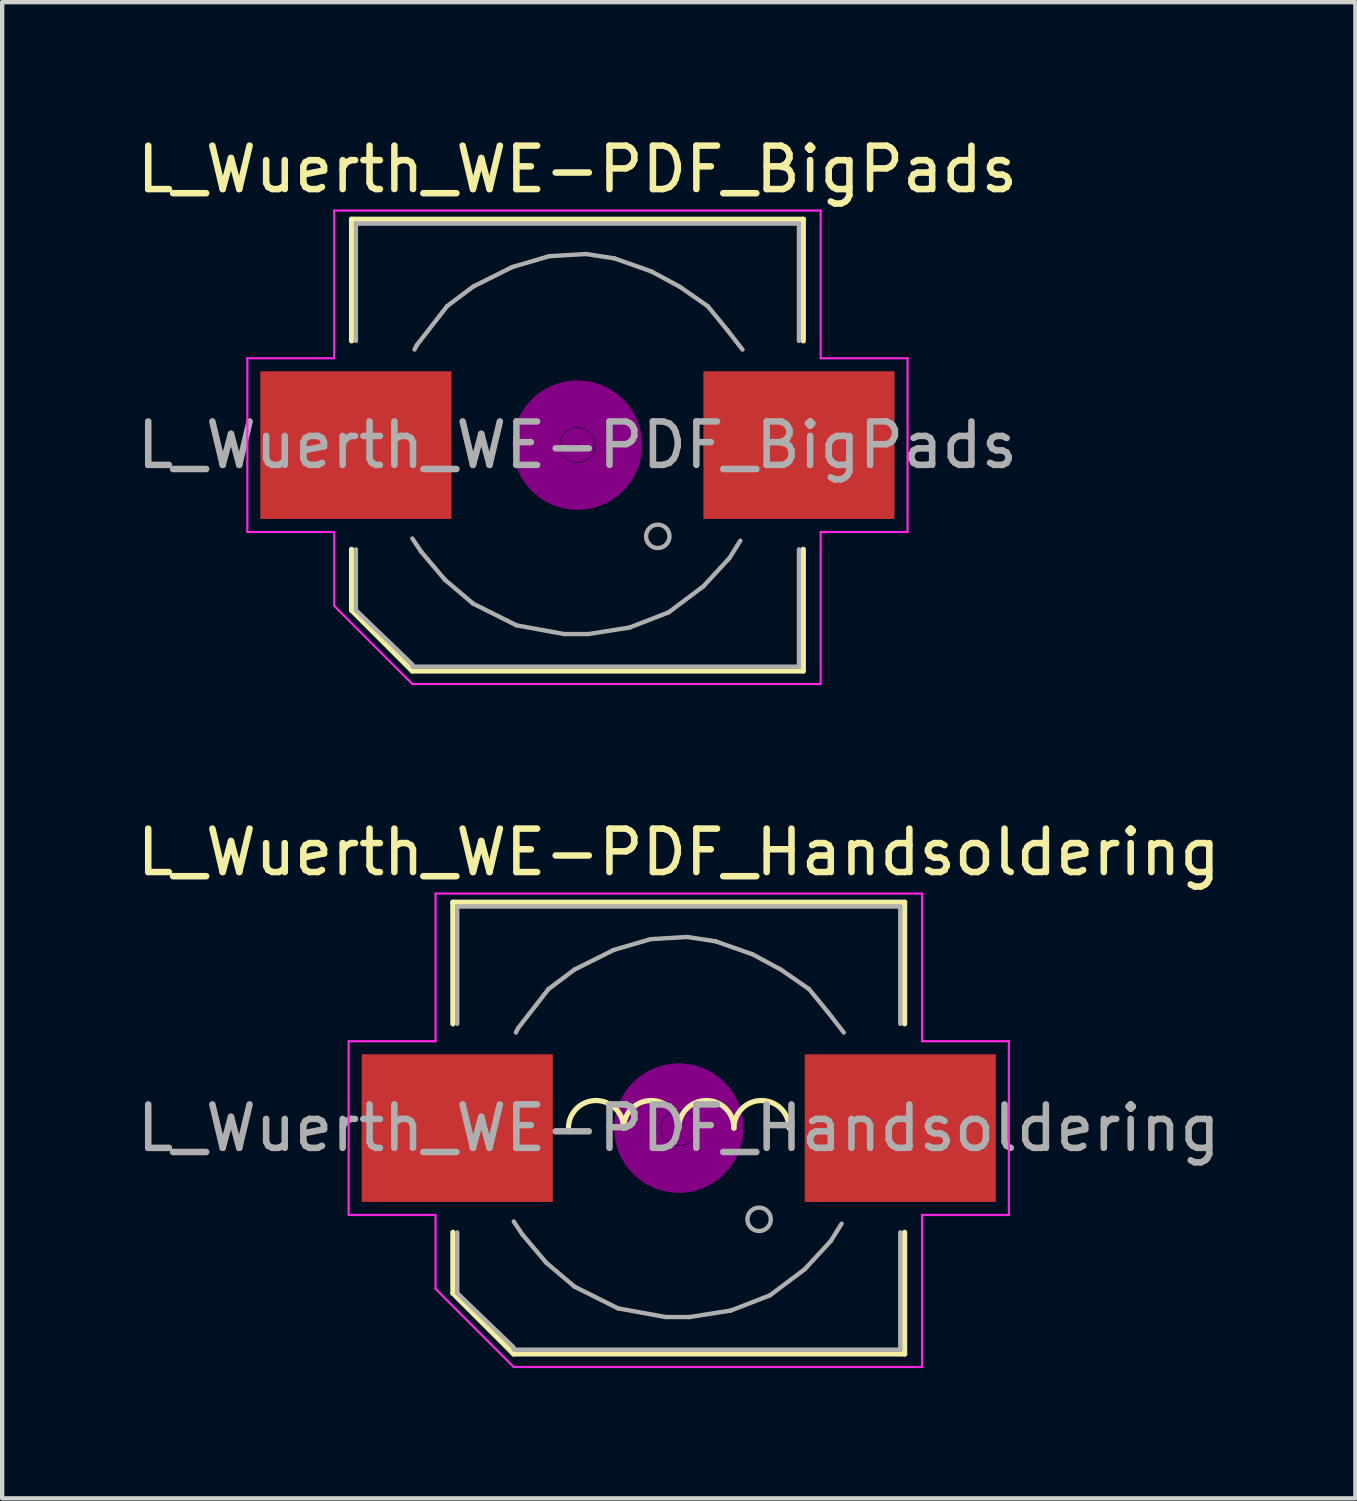
<source format=kicad_pcb>
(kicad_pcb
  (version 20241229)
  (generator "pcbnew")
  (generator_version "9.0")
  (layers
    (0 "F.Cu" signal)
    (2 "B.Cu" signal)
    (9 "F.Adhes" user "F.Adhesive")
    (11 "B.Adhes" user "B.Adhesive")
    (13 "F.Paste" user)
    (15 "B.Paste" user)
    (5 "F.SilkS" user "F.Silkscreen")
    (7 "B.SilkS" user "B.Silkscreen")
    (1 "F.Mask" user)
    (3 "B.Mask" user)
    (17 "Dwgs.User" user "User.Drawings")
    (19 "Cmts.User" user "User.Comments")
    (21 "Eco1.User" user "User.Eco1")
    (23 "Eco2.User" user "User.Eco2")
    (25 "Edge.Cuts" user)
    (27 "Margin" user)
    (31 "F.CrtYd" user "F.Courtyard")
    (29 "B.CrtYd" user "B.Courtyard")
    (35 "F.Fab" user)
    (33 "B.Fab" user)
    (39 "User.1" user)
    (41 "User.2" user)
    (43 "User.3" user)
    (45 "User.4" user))
  (footprint "L_Wuerth_WE-PDF_BigPads"
    (layer "F.Cu")
    (at 10.244 7.198)
    (property "Reference" "L_Wuerth_WE-PDF_BigPads" (at 0 -6.35 0) (layer "F.SilkS") (effects (font (size 1 1) (thickness 0.15))))
    (attr smd)
    (fp_line (start -5.2 -5.2) (end 5.2 -5.2) (stroke (width 0.12) (type solid)) (layer "F.SilkS"))
    (fp_line (start -5.2 -2.4) (end -5.2 -5.2) (stroke (width 0.12) (type solid)) (layer "F.SilkS"))
    (fp_line (start -5.2 3.8) (end -5.2 2.4) (stroke (width 0.12) (type solid)) (layer "F.SilkS"))
    (fp_line (start -3.8 5.2) (end -5.2 3.8) (stroke (width 0.12) (type solid)) (layer "F.SilkS"))
    (fp_line (start 5.2 -5.2) (end 5.2 -2.4) (stroke (width 0.12) (type solid)) (layer "F.SilkS"))
    (fp_line (start 5.2 2.4) (end 5.2 5.2) (stroke (width 0.12) (type solid)) (layer "F.SilkS"))
    (fp_line (start 5.2 5.2) (end -3.8 5.2) (stroke (width 0.12) (type solid)) (layer "F.SilkS"))
    (fp_circle (center 0 0) (end 0.15 0.15) (stroke (width 0.38) (type solid)) (fill no) (layer "F.Adhes"))
    (fp_circle (center 0 0) (end 0.6 0.05) (stroke (width 0.38) (type solid)) (fill no) (layer "F.Adhes"))
    (fp_circle (center 0 0) (end 0.95 0) (stroke (width 0.38) (type solid)) (fill no) (layer "F.Adhes"))
    (fp_circle (center 0 0) (end 1.3 0.05) (stroke (width 0.38) (type solid)) (fill no) (layer "F.Adhes"))
    (fp_line (start -7.6 -2) (end -5.6 -2) (stroke (width 0.05) (type solid)) (layer "F.CrtYd"))
    (fp_line (start -7.6 2) (end -7.6 -2) (stroke (width 0.05) (type solid)) (layer "F.CrtYd"))
    (fp_line (start -5.6 -5.4) (end 5.6 -5.4) (stroke (width 0.05) (type solid)) (layer "F.CrtYd"))
    (fp_line (start -5.6 -2) (end -5.6 -5.4) (stroke (width 0.05) (type solid)) (layer "F.CrtYd"))
    (fp_line (start -5.6 2) (end -7.6 2) (stroke (width 0.05) (type solid)) (layer "F.CrtYd"))
    (fp_line (start -5.6 3.7) (end -5.6 2) (stroke (width 0.05) (type solid)) (layer "F.CrtYd"))
    (fp_line (start -3.8 5.5) (end -5.6 3.7) (stroke (width 0.05) (type solid)) (layer "F.CrtYd"))
    (fp_line (start 5.6 -5.4) (end 5.6 -2) (stroke (width 0.05) (type solid)) (layer "F.CrtYd"))
    (fp_line (start 5.6 -2) (end 7.6 -2) (stroke (width 0.05) (type solid)) (layer "F.CrtYd"))
    (fp_line (start 5.6 2) (end 5.6 5.5) (stroke (width 0.05) (type solid)) (layer "F.CrtYd"))
    (fp_line (start 5.6 5.5) (end -3.8 5.5) (stroke (width 0.05) (type solid)) (layer "F.CrtYd"))
    (fp_line (start 7.6 -2) (end 7.6 2) (stroke (width 0.05) (type solid)) (layer "F.CrtYd"))
    (fp_line (start 7.6 2) (end 5.6 2) (stroke (width 0.05) (type solid)) (layer "F.CrtYd"))
    (fp_line (start -5.1 -5.1) (end -5.1 -2.4) (stroke (width 0.1) (type solid)) (layer "F.Fab"))
    (fp_line (start -5.1 2.4) (end -5.1 3.8) (stroke (width 0.1) (type solid)) (layer "F.Fab"))
    (fp_line (start -5.1 3.8) (end -3.8 5.05) (stroke (width 0.1) (type solid)) (layer "F.Fab"))
    (fp_line (start -3.8 2.15) (end -3.6 2.45) (stroke (width 0.1) (type solid)) (layer "F.Fab"))
    (fp_line (start -3.7 -2.3) (end -3.75 -2.2) (stroke (width 0.1) (type solid)) (layer "F.Fab"))
    (fp_line (start -3.6 2.45) (end -3.05 3.1) (stroke (width 0.1) (type solid)) (layer "F.Fab"))
    (fp_line (start -3.05 3.1) (end -2.4 3.65) (stroke (width 0.1) (type solid)) (layer "F.Fab"))
    (fp_line (start -3 -3.2) (end -3.7 -2.3) (stroke (width 0.1) (type solid)) (layer "F.Fab"))
    (fp_line (start -2.4 -3.65) (end -3 -3.2) (stroke (width 0.1) (type solid)) (layer "F.Fab"))
    (fp_line (start -2.4 3.65) (end -1.4 4.15) (stroke (width 0.1) (type solid)) (layer "F.Fab"))
    (fp_line (start -1.5 -4.1) (end -2.4 -3.65) (stroke (width 0.1) (type solid)) (layer "F.Fab"))
    (fp_line (start -1.4 4.15) (end -0.3 4.35) (stroke (width 0.1) (type solid)) (layer "F.Fab"))
    (fp_line (start -0.65 -4.35) (end -1.5 -4.1) (stroke (width 0.1) (type solid)) (layer "F.Fab"))
    (fp_line (start -0.3 4.35) (end 0.25 4.35) (stroke (width 0.1) (type solid)) (layer "F.Fab"))
    (fp_line (start 0.2 -4.4) (end -0.65 -4.35) (stroke (width 0.1) (type solid)) (layer "F.Fab"))
    (fp_line (start 0.25 4.35) (end 1.2 4.2) (stroke (width 0.1) (type solid)) (layer "F.Fab"))
    (fp_line (start 0.85 -4.3) (end 0.2 -4.4) (stroke (width 0.1) (type solid)) (layer "F.Fab"))
    (fp_line (start 1.2 4.2) (end 2.1 3.85) (stroke (width 0.1) (type solid)) (layer "F.Fab"))
    (fp_line (start 1.7 -4) (end 0.85 -4.3) (stroke (width 0.1) (type solid)) (layer "F.Fab"))
    (fp_line (start 2.1 3.85) (end 2.9 3.25) (stroke (width 0.1) (type solid)) (layer "F.Fab"))
    (fp_line (start 2.35 -3.65) (end 1.7 -4) (stroke (width 0.1) (type solid)) (layer "F.Fab"))
    (fp_line (start 2.9 3.25) (end 3.5 2.6) (stroke (width 0.1) (type solid)) (layer "F.Fab"))
    (fp_line (start 3 -3.2) (end 2.35 -3.65) (stroke (width 0.1) (type solid)) (layer "F.Fab"))
    (fp_line (start 3.45 -2.65) (end 3 -3.2) (stroke (width 0.1) (type solid)) (layer "F.Fab"))
    (fp_line (start 3.5 2.6) (end 3.75 2.2) (stroke (width 0.1) (type solid)) (layer "F.Fab"))
    (fp_line (start 3.8 -2.2) (end 3.45 -2.65) (stroke (width 0.1) (type solid)) (layer "F.Fab"))
    (fp_line (start 5.1 -5.1) (end -5.1 -5.1) (stroke (width 0.1) (type solid)) (layer "F.Fab"))
    (fp_line (start 5.1 -5.1) (end 5.1 -2.4) (stroke (width 0.1) (type solid)) (layer "F.Fab"))
    (fp_line (start 5.1 5.1) (end -3.8 5.1) (stroke (width 0.1) (type solid)) (layer "F.Fab"))
    (fp_line (start 5.1 5.1) (end 5.1 2.4) (stroke (width 0.1) (type solid)) (layer "F.Fab"))
    (fp_circle (center 1.85 2.1) (end 2.1 2.2) (stroke (width 0.1) (type solid)) (fill no) (layer "F.Fab"))
    (fp_text user "${REFERENCE}" (at 0 0 0) (layer "F.Fab") (effects (font (size 1 1) (thickness 0.15))))
    (pad "1" smd rect (at -5.1 0) (size 4.4 3.4) (layers "F.Cu" "F.Mask" "F.Paste"))
    (pad "2" smd rect (at 5.1 0) (size 4.4 3.4) (layers "F.Cu" "F.Mask" "F.Paste")))
  (footprint "L_Wuerth_WE-PDF_Handsoldering"
    (layer "F.Cu")
    (at 12.577 22.922)
    (property "Reference" "L_Wuerth_WE-PDF_Handsoldering" (at 0 -6.35 0) (layer "F.SilkS") (effects (font (size 1 1) (thickness 0.15))))
    (attr smd)
    (fp_line (start -5.2 -5.2) (end 5.2 -5.2) (stroke (width 0.12) (type solid)) (layer "F.SilkS"))
    (fp_line (start -5.2 -2.4) (end -5.2 -5.2) (stroke (width 0.12) (type solid)) (layer "F.SilkS"))
    (fp_line (start -5.2 3.8) (end -5.2 2.4) (stroke (width 0.12) (type solid)) (layer "F.SilkS"))
    (fp_line (start -3.8 5.2) (end -5.2 3.8) (stroke (width 0.12) (type solid)) (layer "F.SilkS"))
    (fp_line (start 5.2 -5.2) (end 5.2 -2.4) (stroke (width 0.12) (type solid)) (layer "F.SilkS"))
    (fp_line (start 5.2 2.4) (end 5.2 5.2) (stroke (width 0.12) (type solid)) (layer "F.SilkS"))
    (fp_line (start 5.2 5.2) (end -3.8 5.2) (stroke (width 0.12) (type solid)) (layer "F.SilkS"))
    (fp_arc (start -2.54 0) (mid -1.905 -0.635) (end -1.27 0) (stroke (width 0.12) (type solid)) (layer "F.SilkS"))
    (fp_arc (start -1.27 0) (mid -0.635 -0.635) (end 0 0) (stroke (width 0.12) (type solid)) (layer "F.SilkS"))
    (fp_arc (start 0 0) (mid 0.635 -0.635) (end 1.27 0) (stroke (width 0.12) (type solid)) (layer "F.SilkS"))
    (fp_arc (start 1.27 0) (mid 1.905 -0.635) (end 2.54 0) (stroke (width 0.12) (type solid)) (layer "F.SilkS"))
    (fp_circle (center 0 0) (end 0.15 0.15) (stroke (width 0.38) (type solid)) (fill no) (layer "F.Adhes"))
    (fp_circle (center 0 0) (end 0.6 0.05) (stroke (width 0.38) (type solid)) (fill no) (layer "F.Adhes"))
    (fp_circle (center 0 0) (end 0.95 0) (stroke (width 0.38) (type solid)) (fill no) (layer "F.Adhes"))
    (fp_circle (center 0 0) (end 1.3 0.05) (stroke (width 0.38) (type solid)) (fill no) (layer "F.Adhes"))
    (fp_line (start -7.6 -2) (end -5.6 -2) (stroke (width 0.05) (type solid)) (layer "F.CrtYd"))
    (fp_line (start -7.6 2) (end -7.6 -2) (stroke (width 0.05) (type solid)) (layer "F.CrtYd"))
    (fp_line (start -5.6 -5.4) (end 5.6 -5.4) (stroke (width 0.05) (type solid)) (layer "F.CrtYd"))
    (fp_line (start -5.6 -2) (end -5.6 -5.4) (stroke (width 0.05) (type solid)) (layer "F.CrtYd"))
    (fp_line (start -5.6 2) (end -7.6 2) (stroke (width 0.05) (type solid)) (layer "F.CrtYd"))
    (fp_line (start -5.6 3.7) (end -5.6 2) (stroke (width 0.05) (type solid)) (layer "F.CrtYd"))
    (fp_line (start -3.8 5.5) (end -5.6 3.7) (stroke (width 0.05) (type solid)) (layer "F.CrtYd"))
    (fp_line (start 5.6 -5.4) (end 5.6 -2) (stroke (width 0.05) (type solid)) (layer "F.CrtYd"))
    (fp_line (start 5.6 -2) (end 7.6 -2) (stroke (width 0.05) (type solid)) (layer "F.CrtYd"))
    (fp_line (start 5.6 2) (end 5.6 5.5) (stroke (width 0.05) (type solid)) (layer "F.CrtYd"))
    (fp_line (start 5.6 5.5) (end -3.8 5.5) (stroke (width 0.05) (type solid)) (layer "F.CrtYd"))
    (fp_line (start 7.6 -2) (end 7.6 2) (stroke (width 0.05) (type solid)) (layer "F.CrtYd"))
    (fp_line (start 7.6 2) (end 5.6 2) (stroke (width 0.05) (type solid)) (layer "F.CrtYd"))
    (fp_line (start -5.1 -5.1) (end -5.1 -2.4) (stroke (width 0.1) (type solid)) (layer "F.Fab"))
    (fp_line (start -5.1 2.4) (end -5.1 3.8) (stroke (width 0.1) (type solid)) (layer "F.Fab"))
    (fp_line (start -5.1 3.8) (end -3.8 5.05) (stroke (width 0.1) (type solid)) (layer "F.Fab"))
    (fp_line (start -3.8 2.15) (end -3.6 2.45) (stroke (width 0.1) (type solid)) (layer "F.Fab"))
    (fp_line (start -3.7 -2.3) (end -3.75 -2.2) (stroke (width 0.1) (type solid)) (layer "F.Fab"))
    (fp_line (start -3.6 2.45) (end -3.05 3.1) (stroke (width 0.1) (type solid)) (layer "F.Fab"))
    (fp_line (start -3.05 3.1) (end -2.4 3.65) (stroke (width 0.1) (type solid)) (layer "F.Fab"))
    (fp_line (start -3 -3.2) (end -3.7 -2.3) (stroke (width 0.1) (type solid)) (layer "F.Fab"))
    (fp_line (start -2.4 -3.65) (end -3 -3.2) (stroke (width 0.1) (type solid)) (layer "F.Fab"))
    (fp_line (start -2.4 3.65) (end -1.4 4.15) (stroke (width 0.1) (type solid)) (layer "F.Fab"))
    (fp_line (start -1.5 -4.1) (end -2.4 -3.65) (stroke (width 0.1) (type solid)) (layer "F.Fab"))
    (fp_line (start -1.4 4.15) (end -0.3 4.35) (stroke (width 0.1) (type solid)) (layer "F.Fab"))
    (fp_line (start -0.65 -4.35) (end -1.5 -4.1) (stroke (width 0.1) (type solid)) (layer "F.Fab"))
    (fp_line (start -0.3 4.35) (end 0.25 4.35) (stroke (width 0.1) (type solid)) (layer "F.Fab"))
    (fp_line (start 0.2 -4.4) (end -0.65 -4.35) (stroke (width 0.1) (type solid)) (layer "F.Fab"))
    (fp_line (start 0.25 4.35) (end 1.2 4.2) (stroke (width 0.1) (type solid)) (layer "F.Fab"))
    (fp_line (start 0.85 -4.3) (end 0.2 -4.4) (stroke (width 0.1) (type solid)) (layer "F.Fab"))
    (fp_line (start 1.2 4.2) (end 2.1 3.85) (stroke (width 0.1) (type solid)) (layer "F.Fab"))
    (fp_line (start 1.7 -4) (end 0.85 -4.3) (stroke (width 0.1) (type solid)) (layer "F.Fab"))
    (fp_line (start 2.1 3.85) (end 2.9 3.25) (stroke (width 0.1) (type solid)) (layer "F.Fab"))
    (fp_line (start 2.35 -3.65) (end 1.7 -4) (stroke (width 0.1) (type solid)) (layer "F.Fab"))
    (fp_line (start 2.9 3.25) (end 3.5 2.6) (stroke (width 0.1) (type solid)) (layer "F.Fab"))
    (fp_line (start 3 -3.2) (end 2.35 -3.65) (stroke (width 0.1) (type solid)) (layer "F.Fab"))
    (fp_line (start 3.45 -2.65) (end 3 -3.2) (stroke (width 0.1) (type solid)) (layer "F.Fab"))
    (fp_line (start 3.5 2.6) (end 3.75 2.2) (stroke (width 0.1) (type solid)) (layer "F.Fab"))
    (fp_line (start 3.8 -2.2) (end 3.45 -2.65) (stroke (width 0.1) (type solid)) (layer "F.Fab"))
    (fp_line (start 5.1 -5.1) (end -5.1 -5.1) (stroke (width 0.1) (type solid)) (layer "F.Fab"))
    (fp_line (start 5.1 -5.1) (end 5.1 -2.4) (stroke (width 0.1) (type solid)) (layer "F.Fab"))
    (fp_line (start 5.1 5.1) (end -3.8 5.1) (stroke (width 0.1) (type solid)) (layer "F.Fab"))
    (fp_line (start 5.1 5.1) (end 5.1 2.4) (stroke (width 0.1) (type solid)) (layer "F.Fab"))
    (fp_circle (center 1.85 2.1) (end 2.1 2.2) (stroke (width 0.1) (type solid)) (fill no) (layer "F.Fab"))
    (fp_text user "${REFERENCE}" (at 0 0 0) (layer "F.Fab") (effects (font (size 1 1) (thickness 0.15))))
    (pad "1" smd rect (at -5.1 0) (size 4.4 3.4) (layers "F.Cu" "F.Mask" "F.Paste"))
    (pad "2" smd rect (at 5.1 0) (size 4.4 3.4) (layers "F.Cu" "F.Mask" "F.Paste")))
  (gr_rect
    (start -3 -3)
    (end 28.155 31.447)
    (stroke (width 0.1) (type default))
    (fill no)
    (layer "Edge.Cuts")))
</source>
